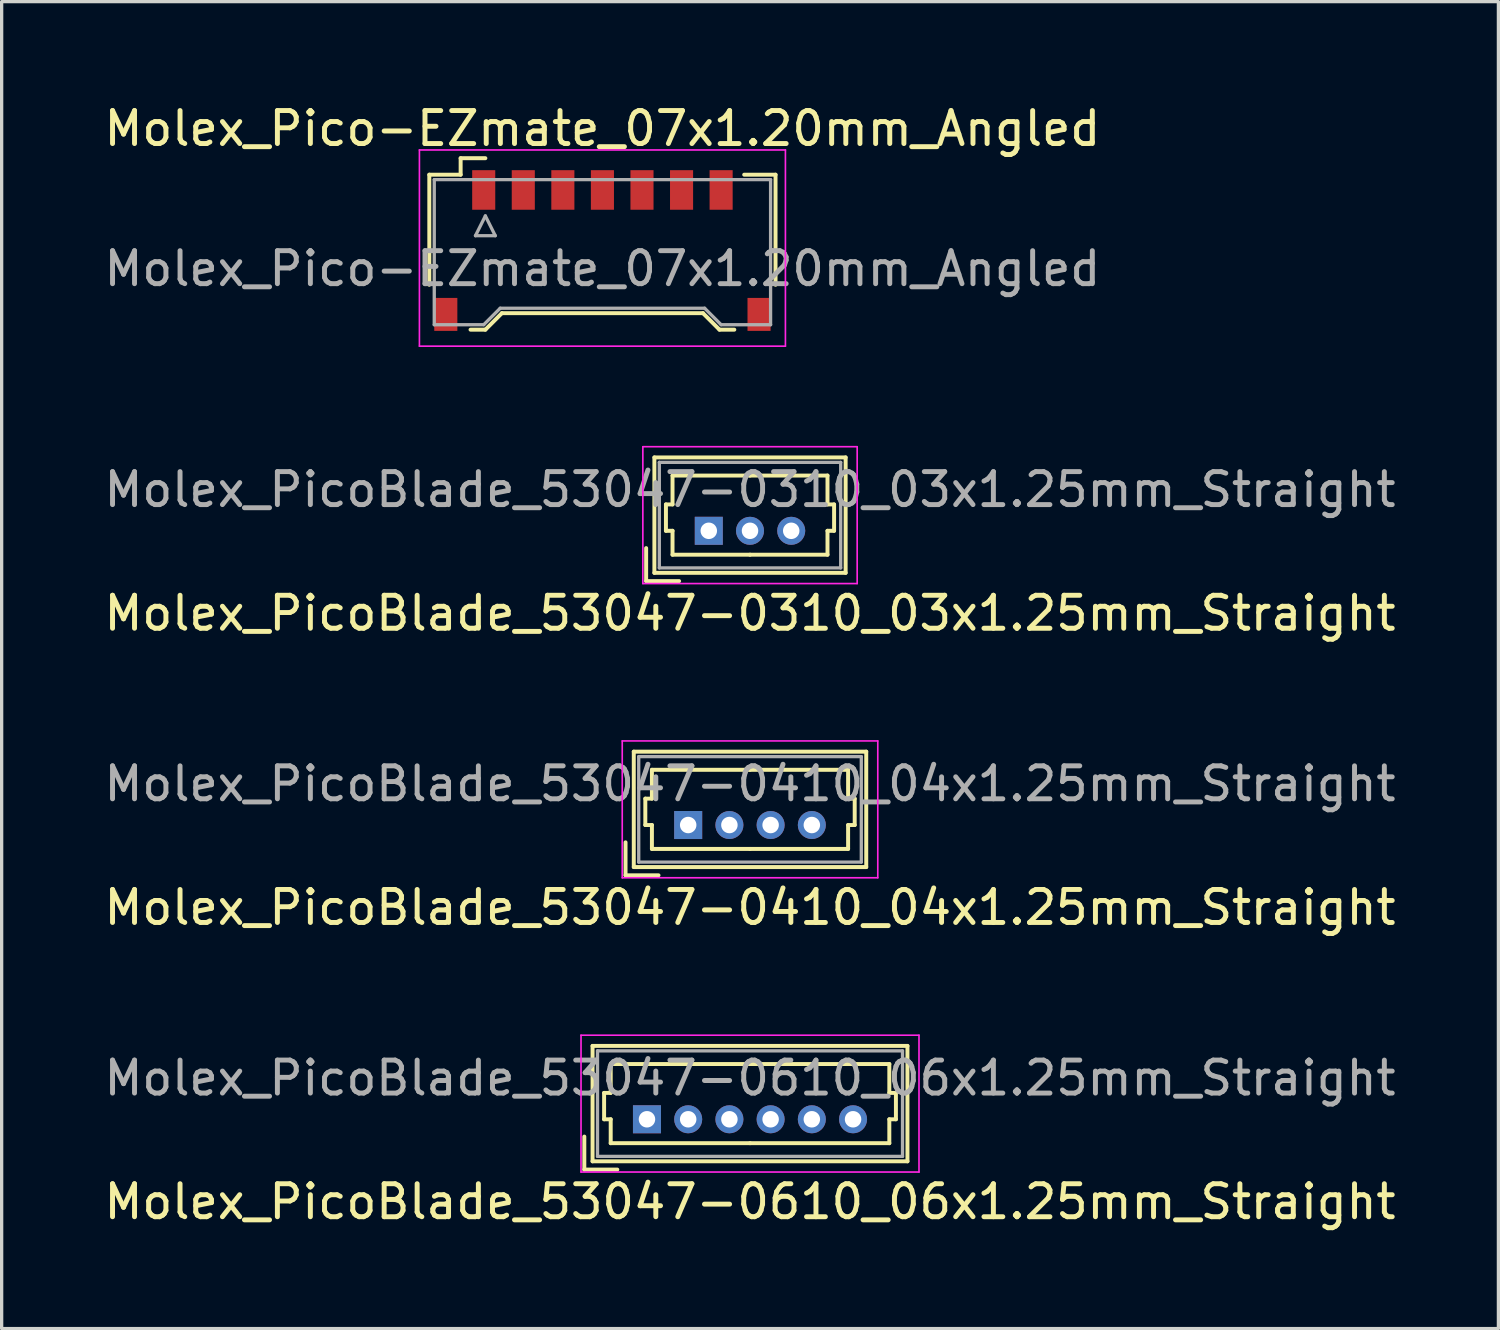
<source format=kicad_pcb>
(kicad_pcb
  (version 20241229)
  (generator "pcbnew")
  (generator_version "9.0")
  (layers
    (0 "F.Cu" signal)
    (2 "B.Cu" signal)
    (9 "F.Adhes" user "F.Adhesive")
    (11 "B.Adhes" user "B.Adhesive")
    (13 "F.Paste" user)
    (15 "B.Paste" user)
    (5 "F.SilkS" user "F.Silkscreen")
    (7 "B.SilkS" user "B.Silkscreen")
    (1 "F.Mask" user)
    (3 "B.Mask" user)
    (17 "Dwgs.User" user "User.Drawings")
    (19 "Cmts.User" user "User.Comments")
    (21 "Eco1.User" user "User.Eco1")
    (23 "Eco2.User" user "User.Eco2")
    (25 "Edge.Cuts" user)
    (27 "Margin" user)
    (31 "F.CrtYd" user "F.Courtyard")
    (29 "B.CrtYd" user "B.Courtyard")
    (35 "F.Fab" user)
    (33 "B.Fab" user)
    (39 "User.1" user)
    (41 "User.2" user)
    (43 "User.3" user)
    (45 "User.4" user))
  (footprint "Molex_Pico-EZmate_07x1.20mm_Angled"
    (layer "F.Cu")
    (at 15.22 4.598)
    (property "Reference" "Molex_Pico-EZmate_07x1.20mm_Angled" (at 0 -3.75 0) (layer "F.SilkS") (effects (font (size 1 1) (thickness 0.15))))
    (attr smd)
    (fp_line (start -5.25 -2.35) (end -5.25 0.988) (stroke (width 0.12) (type solid)) (layer "F.SilkS"))
    (fp_line (start -4.3 -2.85) (end -3.55 -2.85) (stroke (width 0.12) (type solid)) (layer "F.SilkS"))
    (fp_line (start -4.3 -2.35) (end -5.25 -2.35) (stroke (width 0.12) (type solid)) (layer "F.SilkS"))
    (fp_line (start -4.3 -2.35) (end -4.3 -2.85) (stroke (width 0.12) (type solid)) (layer "F.SilkS"))
    (fp_line (start -4 2.35) (end -3.55 2.35) (stroke (width 0.12) (type solid)) (layer "F.SilkS"))
    (fp_line (start -3.55 2.35) (end -3.05 1.85) (stroke (width 0.12) (type solid)) (layer "F.SilkS"))
    (fp_line (start -3.05 1.85) (end 3.05 1.85) (stroke (width 0.12) (type solid)) (layer "F.SilkS"))
    (fp_line (start 3.05 1.85) (end 3.55 2.35) (stroke (width 0.12) (type solid)) (layer "F.SilkS"))
    (fp_line (start 3.55 2.35) (end 4 2.35) (stroke (width 0.12) (type solid)) (layer "F.SilkS"))
    (fp_line (start 4.3 -2.35) (end 5.25 -2.35) (stroke (width 0.12) (type solid)) (layer "F.SilkS"))
    (fp_line (start 5.25 -2.35) (end 5.25 0.988) (stroke (width 0.12) (type solid)) (layer "F.SilkS"))
    (fp_line (start -5.55 -3.1) (end -5.55 2.85) (stroke (width 0.05) (type solid)) (layer "F.CrtYd"))
    (fp_line (start -5.55 2.85) (end 5.55 2.85) (stroke (width 0.05) (type solid)) (layer "F.CrtYd"))
    (fp_line (start 5.55 -3.1) (end -5.55 -3.1) (stroke (width 0.05) (type solid)) (layer "F.CrtYd"))
    (fp_line (start 5.55 2.85) (end 5.55 -3.1) (stroke (width 0.05) (type solid)) (layer "F.CrtYd"))
    (fp_line (start -5.1 -2.2) (end -5.1 2.2) (stroke (width 0.1) (type solid)) (layer "F.Fab"))
    (fp_line (start -5.1 2.2) (end -3.6 2.2) (stroke (width 0.1) (type solid)) (layer "F.Fab"))
    (fp_line (start -3.85 -0.5) (end -3.25 -0.5) (stroke (width 0.1) (type solid)) (layer "F.Fab"))
    (fp_line (start -3.6 2.2) (end -3.1 1.7) (stroke (width 0.1) (type solid)) (layer "F.Fab"))
    (fp_line (start -3.55 -1.1) (end -3.85 -0.5) (stroke (width 0.1) (type solid)) (layer "F.Fab"))
    (fp_line (start -3.25 -0.5) (end -3.55 -1.1) (stroke (width 0.1) (type solid)) (layer "F.Fab"))
    (fp_line (start -3.1 1.7) (end 3.1 1.7) (stroke (width 0.1) (type solid)) (layer "F.Fab"))
    (fp_line (start 3.1 1.7) (end 3.6 2.2) (stroke (width 0.1) (type solid)) (layer "F.Fab"))
    (fp_line (start 3.6 2.2) (end 5.1 2.2) (stroke (width 0.1) (type solid)) (layer "F.Fab"))
    (fp_line (start 5.1 -2.2) (end -5.1 -2.2) (stroke (width 0.1) (type solid)) (layer "F.Fab"))
    (fp_line (start 5.1 2.2) (end 5.1 -2.2) (stroke (width 0.1) (type solid)) (layer "F.Fab"))
    (fp_text user "${REFERENCE}" (at 0 0.5 0) (layer "F.Fab") (effects (font (size 1 1) (thickness 0.15))))
    (pad "" smd rect (at -4.75 1.887) (size 0.7 1) (layers "F.Cu" "F.Mask" "F.Paste"))
    (pad "" smd rect (at 4.75 1.887) (size 0.7 1) (layers "F.Cu" "F.Mask" "F.Paste"))
    (pad "1" smd rect (at -3.6 -1.887) (size 0.7 1.2) (layers "F.Cu" "F.Mask" "F.Paste"))
    (pad "2" smd rect (at -2.4 -1.887) (size 0.7 1.2) (layers "F.Cu" "F.Mask" "F.Paste"))
    (pad "3" smd rect (at -1.2 -1.887) (size 0.7 1.2) (layers "F.Cu" "F.Mask" "F.Paste"))
    (pad "4" smd rect (at 0 -1.887) (size 0.7 1.2) (layers "F.Cu" "F.Mask" "F.Paste"))
    (pad "5" smd rect (at 1.2 -1.887) (size 0.7 1.2) (layers "F.Cu" "F.Mask" "F.Paste"))
    (pad "6" smd rect (at 2.4 -1.887) (size 0.7 1.2) (layers "F.Cu" "F.Mask" "F.Paste"))
    (pad "7" smd rect (at 3.6 -1.887) (size 0.7 1.2) (layers "F.Cu" "F.Mask" "F.Paste")))
  (footprint "Molex_PicoBlade_53047-0310_03x1.25mm_Straight"
    (layer "F.Cu")
    (at 18.446 13.048)
    (property "Reference" "Molex_PicoBlade_53047-0310_03x1.25mm_Straight" (at 1.25 2.5 0) (layer "F.SilkS") (effects (font (size 1 1) (thickness 0.15))))
    (attr through_hole)
    (fp_line (start -1.9 1.525) (end -1.9 0.525) (stroke (width 0.12) (type solid)) (layer "F.SilkS"))
    (fp_line (start -1.9 1.525) (end -0.9 1.525) (stroke (width 0.12) (type solid)) (layer "F.SilkS"))
    (fp_line (start -1.65 -2.225) (end -1.65 1.275) (stroke (width 0.12) (type solid)) (layer "F.SilkS"))
    (fp_line (start -1.65 1.275) (end 4.15 1.275) (stroke (width 0.12) (type solid)) (layer "F.SilkS"))
    (fp_line (start -1.3 -0.8) (end -1.1 -0.8) (stroke (width 0.12) (type solid)) (layer "F.SilkS"))
    (fp_line (start -1.3 0) (end -1.3 -0.8) (stroke (width 0.12) (type solid)) (layer "F.SilkS"))
    (fp_line (start -1.1 -1.675) (end 1.25 -1.675) (stroke (width 0.12) (type solid)) (layer "F.SilkS"))
    (fp_line (start -1.1 -0.8) (end -1.1 -1.675) (stroke (width 0.12) (type solid)) (layer "F.SilkS"))
    (fp_line (start -1.1 0) (end -1.3 0) (stroke (width 0.12) (type solid)) (layer "F.SilkS"))
    (fp_line (start -1.1 0.725) (end -1.1 0) (stroke (width 0.12) (type solid)) (layer "F.SilkS"))
    (fp_line (start 1.25 0.725) (end -1.1 0.725) (stroke (width 0.12) (type solid)) (layer "F.SilkS"))
    (fp_line (start 1.25 0.725) (end 3.6 0.725) (stroke (width 0.12) (type solid)) (layer "F.SilkS"))
    (fp_line (start 3.6 -1.675) (end 1.25 -1.675) (stroke (width 0.12) (type solid)) (layer "F.SilkS"))
    (fp_line (start 3.6 -0.8) (end 3.6 -1.675) (stroke (width 0.12) (type solid)) (layer "F.SilkS"))
    (fp_line (start 3.6 0) (end 3.8 0) (stroke (width 0.12) (type solid)) (layer "F.SilkS"))
    (fp_line (start 3.6 0.725) (end 3.6 0) (stroke (width 0.12) (type solid)) (layer "F.SilkS"))
    (fp_line (start 3.8 -0.8) (end 3.6 -0.8) (stroke (width 0.12) (type solid)) (layer "F.SilkS"))
    (fp_line (start 3.8 0) (end 3.8 -0.8) (stroke (width 0.12) (type solid)) (layer "F.SilkS"))
    (fp_line (start 4.15 -2.225) (end -1.65 -2.225) (stroke (width 0.12) (type solid)) (layer "F.SilkS"))
    (fp_line (start 4.15 1.275) (end 4.15 -2.225) (stroke (width 0.12) (type solid)) (layer "F.SilkS"))
    (fp_line (start -2 -2.55) (end -2 1.6) (stroke (width 0.05) (type solid)) (layer "F.CrtYd"))
    (fp_line (start -2 1.6) (end 4.5 1.6) (stroke (width 0.05) (type solid)) (layer "F.CrtYd"))
    (fp_line (start 4.5 -2.55) (end -2 -2.55) (stroke (width 0.05) (type solid)) (layer "F.CrtYd"))
    (fp_line (start 4.5 1.6) (end 4.5 -2.55) (stroke (width 0.05) (type solid)) (layer "F.CrtYd"))
    (fp_line (start -1.5 -2.075) (end -1.5 1.125) (stroke (width 0.1) (type solid)) (layer "F.Fab"))
    (fp_line (start -1.5 1.125) (end 4 1.125) (stroke (width 0.1) (type solid)) (layer "F.Fab"))
    (fp_line (start 4 -2.075) (end -1.5 -2.075) (stroke (width 0.1) (type solid)) (layer "F.Fab"))
    (fp_line (start 4 1.125) (end 4 -2.075) (stroke (width 0.1) (type solid)) (layer "F.Fab"))
    (fp_text user "${REFERENCE}" (at 1.25 -1.25 0) (layer "F.Fab") (effects (font (size 1 1) (thickness 0.15))))
    (pad "1" thru_hole rect (at 0 0) (size 0.85 0.85) (drill 0.5) (layers "*.Cu" "*.Mask"))
    (pad "2" thru_hole circle (at 1.25 0) (size 0.85 0.85) (drill 0.5) (layers "*.Cu" "*.Mask"))
    (pad "3" thru_hole circle (at 2.5 0) (size 0.85 0.85) (drill 0.5) (layers "*.Cu" "*.Mask")))
  (footprint "Molex_PicoBlade_53047-0610_06x1.25mm_Straight"
    (layer "F.Cu")
    (at 16.571 30.895)
    (property "Reference" "Molex_PicoBlade_53047-0610_06x1.25mm_Straight" (at 3.125 2.5 0) (layer "F.SilkS") (effects (font (size 1 1) (thickness 0.15))))
    (attr through_hole)
    (fp_line (start -1.9 1.525) (end -1.9 0.525) (stroke (width 0.12) (type solid)) (layer "F.SilkS"))
    (fp_line (start -1.9 1.525) (end -0.9 1.525) (stroke (width 0.12) (type solid)) (layer "F.SilkS"))
    (fp_line (start -1.65 -2.225) (end -1.65 1.275) (stroke (width 0.12) (type solid)) (layer "F.SilkS"))
    (fp_line (start -1.65 1.275) (end 7.9 1.275) (stroke (width 0.12) (type solid)) (layer "F.SilkS"))
    (fp_line (start -1.3 -0.8) (end -1.1 -0.8) (stroke (width 0.12) (type solid)) (layer "F.SilkS"))
    (fp_line (start -1.3 0) (end -1.3 -0.8) (stroke (width 0.12) (type solid)) (layer "F.SilkS"))
    (fp_line (start -1.1 -1.675) (end 3.125 -1.675) (stroke (width 0.12) (type solid)) (layer "F.SilkS"))
    (fp_line (start -1.1 -0.8) (end -1.1 -1.675) (stroke (width 0.12) (type solid)) (layer "F.SilkS"))
    (fp_line (start -1.1 0) (end -1.3 0) (stroke (width 0.12) (type solid)) (layer "F.SilkS"))
    (fp_line (start -1.1 0.725) (end -1.1 0) (stroke (width 0.12) (type solid)) (layer "F.SilkS"))
    (fp_line (start 3.125 0.725) (end -1.1 0.725) (stroke (width 0.12) (type solid)) (layer "F.SilkS"))
    (fp_line (start 3.125 0.725) (end 7.35 0.725) (stroke (width 0.12) (type solid)) (layer "F.SilkS"))
    (fp_line (start 7.35 -1.675) (end 3.125 -1.675) (stroke (width 0.12) (type solid)) (layer "F.SilkS"))
    (fp_line (start 7.35 -0.8) (end 7.35 -1.675) (stroke (width 0.12) (type solid)) (layer "F.SilkS"))
    (fp_line (start 7.35 0) (end 7.55 0) (stroke (width 0.12) (type solid)) (layer "F.SilkS"))
    (fp_line (start 7.35 0.725) (end 7.35 0) (stroke (width 0.12) (type solid)) (layer "F.SilkS"))
    (fp_line (start 7.55 -0.8) (end 7.35 -0.8) (stroke (width 0.12) (type solid)) (layer "F.SilkS"))
    (fp_line (start 7.55 0) (end 7.55 -0.8) (stroke (width 0.12) (type solid)) (layer "F.SilkS"))
    (fp_line (start 7.9 -2.225) (end -1.65 -2.225) (stroke (width 0.12) (type solid)) (layer "F.SilkS"))
    (fp_line (start 7.9 1.275) (end 7.9 -2.225) (stroke (width 0.12) (type solid)) (layer "F.SilkS"))
    (fp_line (start -2 -2.55) (end -2 1.6) (stroke (width 0.05) (type solid)) (layer "F.CrtYd"))
    (fp_line (start -2 1.6) (end 8.25 1.6) (stroke (width 0.05) (type solid)) (layer "F.CrtYd"))
    (fp_line (start 8.25 -2.55) (end -2 -2.55) (stroke (width 0.05) (type solid)) (layer "F.CrtYd"))
    (fp_line (start 8.25 1.6) (end 8.25 -2.55) (stroke (width 0.05) (type solid)) (layer "F.CrtYd"))
    (fp_line (start -1.5 -2.075) (end -1.5 1.125) (stroke (width 0.1) (type solid)) (layer "F.Fab"))
    (fp_line (start -1.5 1.125) (end 7.75 1.125) (stroke (width 0.1) (type solid)) (layer "F.Fab"))
    (fp_line (start 7.75 -2.075) (end -1.5 -2.075) (stroke (width 0.1) (type solid)) (layer "F.Fab"))
    (fp_line (start 7.75 1.125) (end 7.75 -2.075) (stroke (width 0.1) (type solid)) (layer "F.Fab"))
    (fp_text user "${REFERENCE}" (at 3.125 -1.25 0) (layer "F.Fab") (effects (font (size 1 1) (thickness 0.15))))
    (pad "1" thru_hole rect (at 0 0) (size 0.85 0.85) (drill 0.5) (layers "*.Cu" "*.Mask"))
    (pad "2" thru_hole circle (at 1.25 0) (size 0.85 0.85) (drill 0.5) (layers "*.Cu" "*.Mask"))
    (pad "3" thru_hole circle (at 2.5 0) (size 0.85 0.85) (drill 0.5) (layers "*.Cu" "*.Mask"))
    (pad "4" thru_hole circle (at 3.75 0) (size 0.85 0.85) (drill 0.5) (layers "*.Cu" "*.Mask"))
    (pad "5" thru_hole circle (at 5 0) (size 0.85 0.85) (drill 0.5) (layers "*.Cu" "*.Mask"))
    (pad "6" thru_hole circle (at 6.25 0) (size 0.85 0.85) (drill 0.5) (layers "*.Cu" "*.Mask")))
  (footprint "Molex_PicoBlade_53047-0410_04x1.25mm_Straight"
    (layer "F.Cu")
    (at 17.821 21.971)
    (property "Reference" "Molex_PicoBlade_53047-0410_04x1.25mm_Straight" (at 1.875 2.5 0) (layer "F.SilkS") (effects (font (size 1 1) (thickness 0.15))))
    (attr through_hole)
    (fp_line (start -1.9 1.525) (end -1.9 0.525) (stroke (width 0.12) (type solid)) (layer "F.SilkS"))
    (fp_line (start -1.9 1.525) (end -0.9 1.525) (stroke (width 0.12) (type solid)) (layer "F.SilkS"))
    (fp_line (start -1.65 -2.225) (end -1.65 1.275) (stroke (width 0.12) (type solid)) (layer "F.SilkS"))
    (fp_line (start -1.65 1.275) (end 5.4 1.275) (stroke (width 0.12) (type solid)) (layer "F.SilkS"))
    (fp_line (start -1.3 -0.8) (end -1.1 -0.8) (stroke (width 0.12) (type solid)) (layer "F.SilkS"))
    (fp_line (start -1.3 0) (end -1.3 -0.8) (stroke (width 0.12) (type solid)) (layer "F.SilkS"))
    (fp_line (start -1.1 -1.675) (end 1.875 -1.675) (stroke (width 0.12) (type solid)) (layer "F.SilkS"))
    (fp_line (start -1.1 -0.8) (end -1.1 -1.675) (stroke (width 0.12) (type solid)) (layer "F.SilkS"))
    (fp_line (start -1.1 0) (end -1.3 0) (stroke (width 0.12) (type solid)) (layer "F.SilkS"))
    (fp_line (start -1.1 0.725) (end -1.1 0) (stroke (width 0.12) (type solid)) (layer "F.SilkS"))
    (fp_line (start 1.875 0.725) (end -1.1 0.725) (stroke (width 0.12) (type solid)) (layer "F.SilkS"))
    (fp_line (start 1.875 0.725) (end 4.85 0.725) (stroke (width 0.12) (type solid)) (layer "F.SilkS"))
    (fp_line (start 4.85 -1.675) (end 1.875 -1.675) (stroke (width 0.12) (type solid)) (layer "F.SilkS"))
    (fp_line (start 4.85 -0.8) (end 4.85 -1.675) (stroke (width 0.12) (type solid)) (layer "F.SilkS"))
    (fp_line (start 4.85 0) (end 5.05 0) (stroke (width 0.12) (type solid)) (layer "F.SilkS"))
    (fp_line (start 4.85 0.725) (end 4.85 0) (stroke (width 0.12) (type solid)) (layer "F.SilkS"))
    (fp_line (start 5.05 -0.8) (end 4.85 -0.8) (stroke (width 0.12) (type solid)) (layer "F.SilkS"))
    (fp_line (start 5.05 0) (end 5.05 -0.8) (stroke (width 0.12) (type solid)) (layer "F.SilkS"))
    (fp_line (start 5.4 -2.225) (end -1.65 -2.225) (stroke (width 0.12) (type solid)) (layer "F.SilkS"))
    (fp_line (start 5.4 1.275) (end 5.4 -2.225) (stroke (width 0.12) (type solid)) (layer "F.SilkS"))
    (fp_line (start -2 -2.55) (end -2 1.6) (stroke (width 0.05) (type solid)) (layer "F.CrtYd"))
    (fp_line (start -2 1.6) (end 5.75 1.6) (stroke (width 0.05) (type solid)) (layer "F.CrtYd"))
    (fp_line (start 5.75 -2.55) (end -2 -2.55) (stroke (width 0.05) (type solid)) (layer "F.CrtYd"))
    (fp_line (start 5.75 1.6) (end 5.75 -2.55) (stroke (width 0.05) (type solid)) (layer "F.CrtYd"))
    (fp_line (start -1.5 -2.075) (end -1.5 1.125) (stroke (width 0.1) (type solid)) (layer "F.Fab"))
    (fp_line (start -1.5 1.125) (end 5.25 1.125) (stroke (width 0.1) (type solid)) (layer "F.Fab"))
    (fp_line (start 5.25 -2.075) (end -1.5 -2.075) (stroke (width 0.1) (type solid)) (layer "F.Fab"))
    (fp_line (start 5.25 1.125) (end 5.25 -2.075) (stroke (width 0.1) (type solid)) (layer "F.Fab"))
    (fp_text user "${REFERENCE}" (at 1.875 -1.25 0) (layer "F.Fab") (effects (font (size 1 1) (thickness 0.15))))
    (pad "1" thru_hole rect (at 0 0) (size 0.85 0.85) (drill 0.5) (layers "*.Cu" "*.Mask"))
    (pad "2" thru_hole circle (at 1.25 0) (size 0.85 0.85) (drill 0.5) (layers "*.Cu" "*.Mask"))
    (pad "3" thru_hole circle (at 2.5 0) (size 0.85 0.85) (drill 0.5) (layers "*.Cu" "*.Mask"))
    (pad "4" thru_hole circle (at 3.75 0) (size 0.85 0.85) (drill 0.5) (layers "*.Cu" "*.Mask")))
  (gr_rect
    (start -3 -3)
    (end 42.393 37.243)
    (stroke (width 0.1) (type default))
    (fill no)
    (layer "Edge.Cuts")))
</source>
